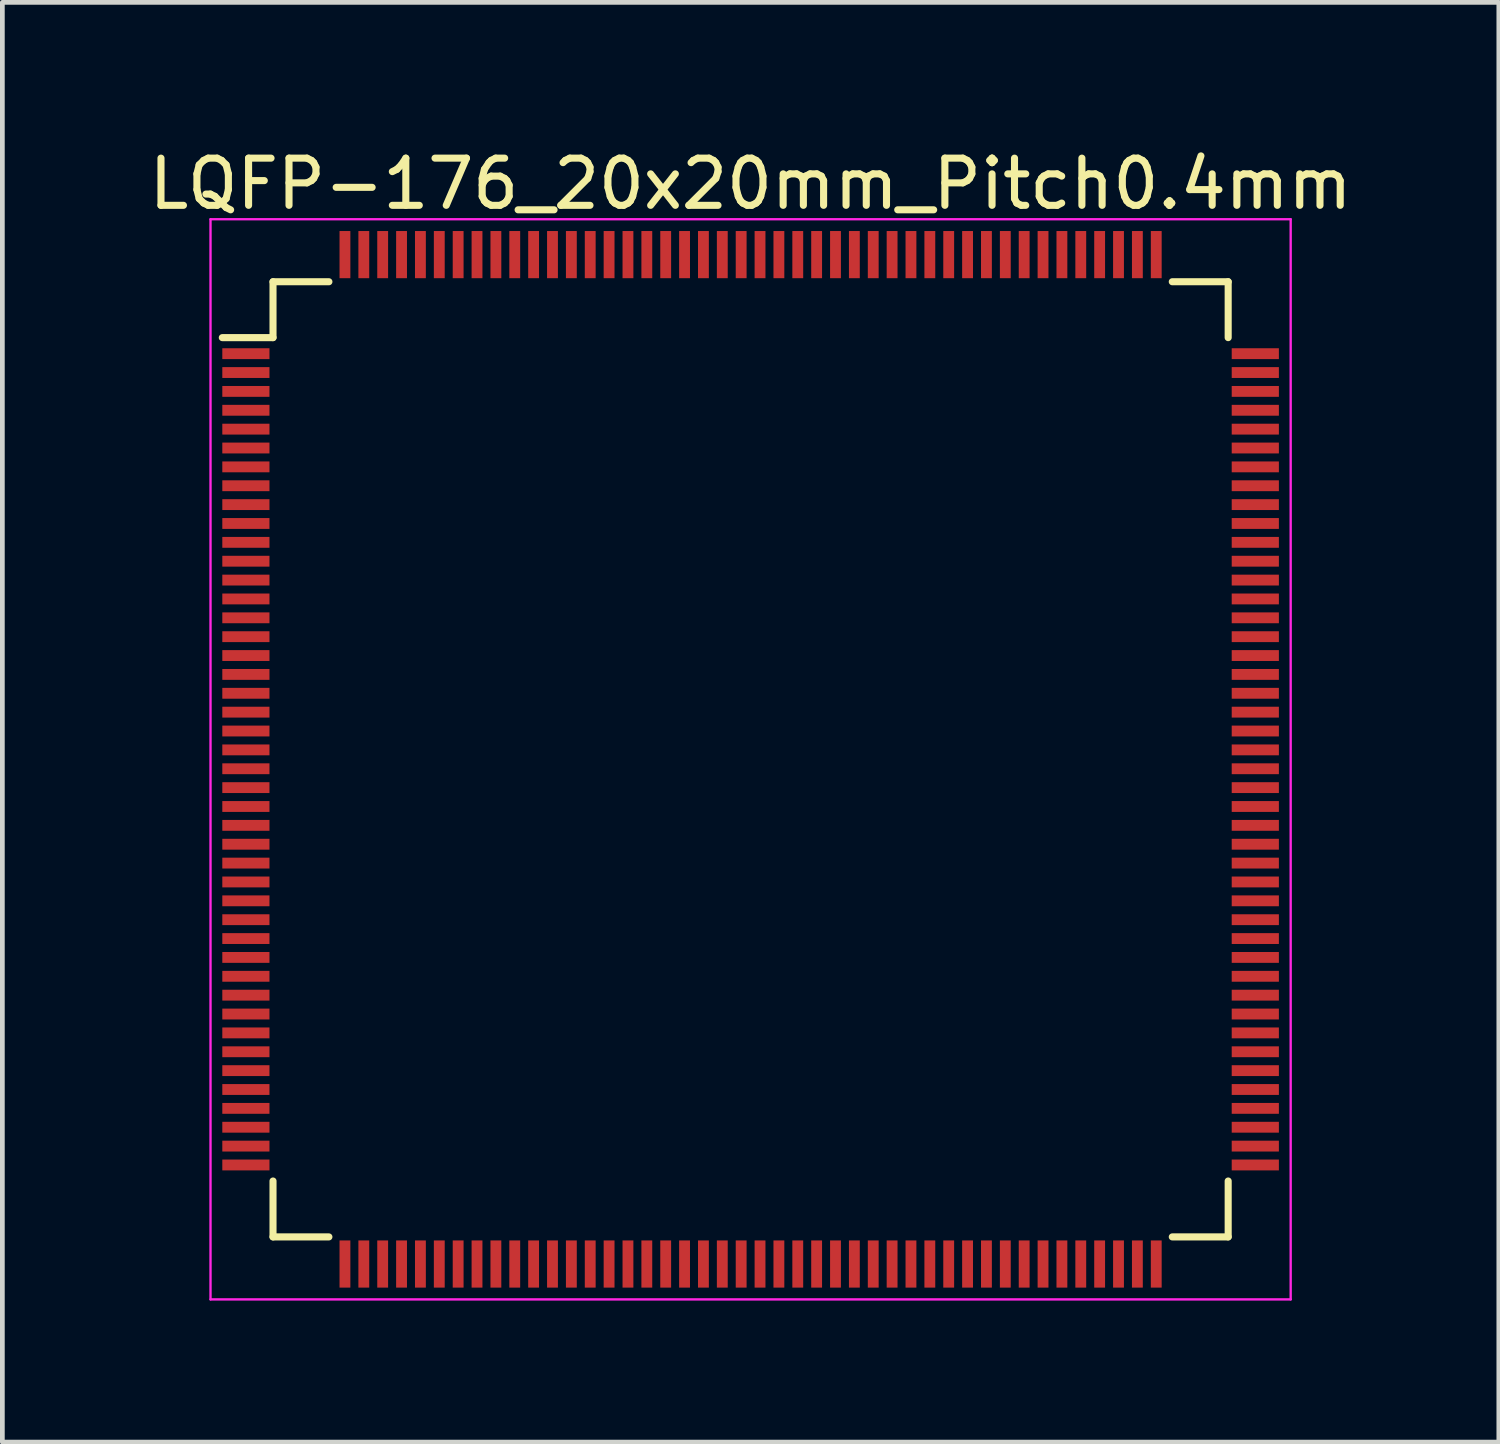
<source format=kicad_pcb>
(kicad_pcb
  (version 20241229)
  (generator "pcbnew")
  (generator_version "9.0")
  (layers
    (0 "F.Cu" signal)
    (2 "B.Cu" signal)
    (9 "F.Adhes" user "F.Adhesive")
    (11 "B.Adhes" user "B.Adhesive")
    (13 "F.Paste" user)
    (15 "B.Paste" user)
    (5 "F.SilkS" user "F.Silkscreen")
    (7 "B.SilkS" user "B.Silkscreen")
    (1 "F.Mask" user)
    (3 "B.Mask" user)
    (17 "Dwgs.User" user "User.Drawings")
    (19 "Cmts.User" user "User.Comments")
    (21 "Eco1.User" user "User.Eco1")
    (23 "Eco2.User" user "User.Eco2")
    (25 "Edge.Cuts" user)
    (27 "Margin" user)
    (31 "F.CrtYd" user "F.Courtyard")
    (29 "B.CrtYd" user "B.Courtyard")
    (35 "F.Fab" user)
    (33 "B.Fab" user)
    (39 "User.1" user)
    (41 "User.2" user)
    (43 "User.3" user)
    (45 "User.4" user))
  (footprint "LQFP-176_20x20mm_Pitch0.4mm"
    (layer "F.Cu")
    (at 12.863 13.048)
    (property "Reference" "LQFP-176_20x20mm_Pitch0.4mm" (at 0 -12.2 0) (layer "F.SilkS") (effects (font (size 1 1) (thickness 0.15))))
    (attr smd)
    (fp_line (start -10.125 -10.125) (end -10.125 -8.94) (stroke (width 0.15) (type solid)) (layer "F.SilkS"))
    (fp_line (start -10.125 -10.125) (end -8.94 -10.125) (stroke (width 0.15) (type solid)) (layer "F.SilkS"))
    (fp_line (start -10.125 -8.94) (end -11.2 -8.94) (stroke (width 0.15) (type solid)) (layer "F.SilkS"))
    (fp_line (start -10.125 10.125) (end -10.125 8.94) (stroke (width 0.15) (type solid)) (layer "F.SilkS"))
    (fp_line (start -10.125 10.125) (end -8.94 10.125) (stroke (width 0.15) (type solid)) (layer "F.SilkS"))
    (fp_line (start 10.125 -10.125) (end 8.94 -10.125) (stroke (width 0.15) (type solid)) (layer "F.SilkS"))
    (fp_line (start 10.125 -10.125) (end 10.125 -8.94) (stroke (width 0.15) (type solid)) (layer "F.SilkS"))
    (fp_line (start 10.125 10.125) (end 8.94 10.125) (stroke (width 0.15) (type solid)) (layer "F.SilkS"))
    (fp_line (start 10.125 10.125) (end 10.125 8.94) (stroke (width 0.15) (type solid)) (layer "F.SilkS"))
    (fp_line (start -11.45 -11.45) (end -11.45 11.45) (stroke (width 0.05) (type solid)) (layer "F.CrtYd"))
    (fp_line (start -11.45 -11.45) (end 11.45 -11.45) (stroke (width 0.05) (type solid)) (layer "F.CrtYd"))
    (fp_line (start -11.45 11.45) (end 11.45 11.45) (stroke (width 0.05) (type solid)) (layer "F.CrtYd"))
    (fp_line (start 11.45 -11.45) (end 11.45 11.45) (stroke (width 0.05) (type solid)) (layer "F.CrtYd"))
    (pad "1" smd rect (at -10.7 -8.6) (size 1 0.23) (layers "F.Cu" "F.Mask" "F.Paste"))
    (pad "2" smd rect (at -10.7 -8.2) (size 1 0.23) (layers "F.Cu" "F.Mask" "F.Paste"))
    (pad "3" smd rect (at -10.7 -7.8) (size 1 0.23) (layers "F.Cu" "F.Mask" "F.Paste"))
    (pad "4" smd rect (at -10.7 -7.4) (size 1 0.23) (layers "F.Cu" "F.Mask" "F.Paste"))
    (pad "5" smd rect (at -10.7 -7) (size 1 0.23) (layers "F.Cu" "F.Mask" "F.Paste"))
    (pad "6" smd rect (at -10.7 -6.6) (size 1 0.23) (layers "F.Cu" "F.Mask" "F.Paste"))
    (pad "7" smd rect (at -10.7 -6.2) (size 1 0.23) (layers "F.Cu" "F.Mask" "F.Paste"))
    (pad "8" smd rect (at -10.7 -5.8) (size 1 0.23) (layers "F.Cu" "F.Mask" "F.Paste"))
    (pad "9" smd rect (at -10.7 -5.4) (size 1 0.23) (layers "F.Cu" "F.Mask" "F.Paste"))
    (pad "10" smd rect (at -10.7 -5) (size 1 0.23) (layers "F.Cu" "F.Mask" "F.Paste"))
    (pad "11" smd rect (at -10.7 -4.6) (size 1 0.23) (layers "F.Cu" "F.Mask" "F.Paste"))
    (pad "12" smd rect (at -10.7 -4.2) (size 1 0.23) (layers "F.Cu" "F.Mask" "F.Paste"))
    (pad "13" smd rect (at -10.7 -3.8) (size 1 0.23) (layers "F.Cu" "F.Mask" "F.Paste"))
    (pad "14" smd rect (at -10.7 -3.4) (size 1 0.23) (layers "F.Cu" "F.Mask" "F.Paste"))
    (pad "15" smd rect (at -10.7 -3) (size 1 0.23) (layers "F.Cu" "F.Mask" "F.Paste"))
    (pad "16" smd rect (at -10.7 -2.6) (size 1 0.23) (layers "F.Cu" "F.Mask" "F.Paste"))
    (pad "17" smd rect (at -10.7 -2.2) (size 1 0.23) (layers "F.Cu" "F.Mask" "F.Paste"))
    (pad "18" smd rect (at -10.7 -1.8) (size 1 0.23) (layers "F.Cu" "F.Mask" "F.Paste"))
    (pad "19" smd rect (at -10.7 -1.4) (size 1 0.23) (layers "F.Cu" "F.Mask" "F.Paste"))
    (pad "20" smd rect (at -10.7 -1) (size 1 0.23) (layers "F.Cu" "F.Mask" "F.Paste"))
    (pad "21" smd rect (at -10.7 -0.6) (size 1 0.23) (layers "F.Cu" "F.Mask" "F.Paste"))
    (pad "22" smd rect (at -10.7 -0.2) (size 1 0.23) (layers "F.Cu" "F.Mask" "F.Paste"))
    (pad "23" smd rect (at -10.7 0.2) (size 1 0.23) (layers "F.Cu" "F.Mask" "F.Paste"))
    (pad "24" smd rect (at -10.7 0.6) (size 1 0.23) (layers "F.Cu" "F.Mask" "F.Paste"))
    (pad "25" smd rect (at -10.7 1) (size 1 0.23) (layers "F.Cu" "F.Mask" "F.Paste"))
    (pad "26" smd rect (at -10.7 1.4) (size 1 0.23) (layers "F.Cu" "F.Mask" "F.Paste"))
    (pad "27" smd rect (at -10.7 1.8) (size 1 0.23) (layers "F.Cu" "F.Mask" "F.Paste"))
    (pad "28" smd rect (at -10.7 2.2) (size 1 0.23) (layers "F.Cu" "F.Mask" "F.Paste"))
    (pad "29" smd rect (at -10.7 2.6) (size 1 0.23) (layers "F.Cu" "F.Mask" "F.Paste"))
    (pad "30" smd rect (at -10.7 3) (size 1 0.23) (layers "F.Cu" "F.Mask" "F.Paste"))
    (pad "31" smd rect (at -10.7 3.4) (size 1 0.23) (layers "F.Cu" "F.Mask" "F.Paste"))
    (pad "32" smd rect (at -10.7 3.8) (size 1 0.23) (layers "F.Cu" "F.Mask" "F.Paste"))
    (pad "33" smd rect (at -10.7 4.2) (size 1 0.23) (layers "F.Cu" "F.Mask" "F.Paste"))
    (pad "34" smd rect (at -10.7 4.6) (size 1 0.23) (layers "F.Cu" "F.Mask" "F.Paste"))
    (pad "35" smd rect (at -10.7 5) (size 1 0.23) (layers "F.Cu" "F.Mask" "F.Paste"))
    (pad "36" smd rect (at -10.7 5.4) (size 1 0.23) (layers "F.Cu" "F.Mask" "F.Paste"))
    (pad "37" smd rect (at -10.7 5.8) (size 1 0.23) (layers "F.Cu" "F.Mask" "F.Paste"))
    (pad "38" smd rect (at -10.7 6.2) (size 1 0.23) (layers "F.Cu" "F.Mask" "F.Paste"))
    (pad "39" smd rect (at -10.7 6.6) (size 1 0.23) (layers "F.Cu" "F.Mask" "F.Paste"))
    (pad "40" smd rect (at -10.7 7) (size 1 0.23) (layers "F.Cu" "F.Mask" "F.Paste"))
    (pad "41" smd rect (at -10.7 7.4) (size 1 0.23) (layers "F.Cu" "F.Mask" "F.Paste"))
    (pad "42" smd rect (at -10.7 7.8) (size 1 0.23) (layers "F.Cu" "F.Mask" "F.Paste"))
    (pad "43" smd rect (at -10.7 8.2) (size 1 0.23) (layers "F.Cu" "F.Mask" "F.Paste"))
    (pad "44" smd rect (at -10.7 8.6) (size 1 0.23) (layers "F.Cu" "F.Mask" "F.Paste"))
    (pad "45" smd rect (at -8.6 10.7 90) (size 1 0.23) (layers "F.Cu" "F.Mask" "F.Paste"))
    (pad "46" smd rect (at -8.2 10.7 90) (size 1 0.23) (layers "F.Cu" "F.Mask" "F.Paste"))
    (pad "47" smd rect (at -7.8 10.7 90) (size 1 0.23) (layers "F.Cu" "F.Mask" "F.Paste"))
    (pad "48" smd rect (at -7.4 10.7 90) (size 1 0.23) (layers "F.Cu" "F.Mask" "F.Paste"))
    (pad "49" smd rect (at -7 10.7 90) (size 1 0.23) (layers "F.Cu" "F.Mask" "F.Paste"))
    (pad "50" smd rect (at -6.6 10.7 90) (size 1 0.23) (layers "F.Cu" "F.Mask" "F.Paste"))
    (pad "51" smd rect (at -6.2 10.7 90) (size 1 0.23) (layers "F.Cu" "F.Mask" "F.Paste"))
    (pad "52" smd rect (at -5.8 10.7 90) (size 1 0.23) (layers "F.Cu" "F.Mask" "F.Paste"))
    (pad "53" smd rect (at -5.4 10.7 90) (size 1 0.23) (layers "F.Cu" "F.Mask" "F.Paste"))
    (pad "54" smd rect (at -5 10.7 90) (size 1 0.23) (layers "F.Cu" "F.Mask" "F.Paste"))
    (pad "55" smd rect (at -4.6 10.7 90) (size 1 0.23) (layers "F.Cu" "F.Mask" "F.Paste"))
    (pad "56" smd rect (at -4.2 10.7 90) (size 1 0.23) (layers "F.Cu" "F.Mask" "F.Paste"))
    (pad "57" smd rect (at -3.8 10.7 90) (size 1 0.23) (layers "F.Cu" "F.Mask" "F.Paste"))
    (pad "58" smd rect (at -3.4 10.7 90) (size 1 0.23) (layers "F.Cu" "F.Mask" "F.Paste"))
    (pad "59" smd rect (at -3 10.7 90) (size 1 0.23) (layers "F.Cu" "F.Mask" "F.Paste"))
    (pad "60" smd rect (at -2.6 10.7 90) (size 1 0.23) (layers "F.Cu" "F.Mask" "F.Paste"))
    (pad "61" smd rect (at -2.2 10.7 90) (size 1 0.23) (layers "F.Cu" "F.Mask" "F.Paste"))
    (pad "62" smd rect (at -1.8 10.7 90) (size 1 0.23) (layers "F.Cu" "F.Mask" "F.Paste"))
    (pad "63" smd rect (at -1.4 10.7 90) (size 1 0.23) (layers "F.Cu" "F.Mask" "F.Paste"))
    (pad "64" smd rect (at -1 10.7 90) (size 1 0.23) (layers "F.Cu" "F.Mask" "F.Paste"))
    (pad "65" smd rect (at -0.6 10.7 90) (size 1 0.23) (layers "F.Cu" "F.Mask" "F.Paste"))
    (pad "66" smd rect (at -0.2 10.7 90) (size 1 0.23) (layers "F.Cu" "F.Mask" "F.Paste"))
    (pad "67" smd rect (at 0.2 10.7 90) (size 1 0.23) (layers "F.Cu" "F.Mask" "F.Paste"))
    (pad "68" smd rect (at 0.6 10.7 90) (size 1 0.23) (layers "F.Cu" "F.Mask" "F.Paste"))
    (pad "69" smd rect (at 1 10.7 90) (size 1 0.23) (layers "F.Cu" "F.Mask" "F.Paste"))
    (pad "70" smd rect (at 1.4 10.7 90) (size 1 0.23) (layers "F.Cu" "F.Mask" "F.Paste"))
    (pad "71" smd rect (at 1.8 10.7 90) (size 1 0.23) (layers "F.Cu" "F.Mask" "F.Paste"))
    (pad "72" smd rect (at 2.2 10.7 90) (size 1 0.23) (layers "F.Cu" "F.Mask" "F.Paste"))
    (pad "73" smd rect (at 2.6 10.7 90) (size 1 0.23) (layers "F.Cu" "F.Mask" "F.Paste"))
    (pad "74" smd rect (at 3 10.7 90) (size 1 0.23) (layers "F.Cu" "F.Mask" "F.Paste"))
    (pad "75" smd rect (at 3.4 10.7 90) (size 1 0.23) (layers "F.Cu" "F.Mask" "F.Paste"))
    (pad "76" smd rect (at 3.8 10.7 90) (size 1 0.23) (layers "F.Cu" "F.Mask" "F.Paste"))
    (pad "77" smd rect (at 4.2 10.7 90) (size 1 0.23) (layers "F.Cu" "F.Mask" "F.Paste"))
    (pad "78" smd rect (at 4.6 10.7 90) (size 1 0.23) (layers "F.Cu" "F.Mask" "F.Paste"))
    (pad "79" smd rect (at 5 10.7 90) (size 1 0.23) (layers "F.Cu" "F.Mask" "F.Paste"))
    (pad "80" smd rect (at 5.4 10.7 90) (size 1 0.23) (layers "F.Cu" "F.Mask" "F.Paste"))
    (pad "81" smd rect (at 5.8 10.7 90) (size 1 0.23) (layers "F.Cu" "F.Mask" "F.Paste"))
    (pad "82" smd rect (at 6.2 10.7 90) (size 1 0.23) (layers "F.Cu" "F.Mask" "F.Paste"))
    (pad "83" smd rect (at 6.6 10.7 90) (size 1 0.23) (layers "F.Cu" "F.Mask" "F.Paste"))
    (pad "84" smd rect (at 7 10.7 90) (size 1 0.23) (layers "F.Cu" "F.Mask" "F.Paste"))
    (pad "85" smd rect (at 7.4 10.7 90) (size 1 0.23) (layers "F.Cu" "F.Mask" "F.Paste"))
    (pad "86" smd rect (at 7.8 10.7 90) (size 1 0.23) (layers "F.Cu" "F.Mask" "F.Paste"))
    (pad "87" smd rect (at 8.2 10.7 90) (size 1 0.23) (layers "F.Cu" "F.Mask" "F.Paste"))
    (pad "88" smd rect (at 8.6 10.7 90) (size 1 0.23) (layers "F.Cu" "F.Mask" "F.Paste"))
    (pad "89" smd rect (at 10.7 8.6) (size 1 0.23) (layers "F.Cu" "F.Mask" "F.Paste"))
    (pad "90" smd rect (at 10.7 8.2) (size 1 0.23) (layers "F.Cu" "F.Mask" "F.Paste"))
    (pad "91" smd rect (at 10.7 7.8) (size 1 0.23) (layers "F.Cu" "F.Mask" "F.Paste"))
    (pad "92" smd rect (at 10.7 7.4) (size 1 0.23) (layers "F.Cu" "F.Mask" "F.Paste"))
    (pad "93" smd rect (at 10.7 7) (size 1 0.23) (layers "F.Cu" "F.Mask" "F.Paste"))
    (pad "94" smd rect (at 10.7 6.6) (size 1 0.23) (layers "F.Cu" "F.Mask" "F.Paste"))
    (pad "95" smd rect (at 10.7 6.2) (size 1 0.23) (layers "F.Cu" "F.Mask" "F.Paste"))
    (pad "96" smd rect (at 10.7 5.8) (size 1 0.23) (layers "F.Cu" "F.Mask" "F.Paste"))
    (pad "97" smd rect (at 10.7 5.4) (size 1 0.23) (layers "F.Cu" "F.Mask" "F.Paste"))
    (pad "98" smd rect (at 10.7 5) (size 1 0.23) (layers "F.Cu" "F.Mask" "F.Paste"))
    (pad "99" smd rect (at 10.7 4.6) (size 1 0.23) (layers "F.Cu" "F.Mask" "F.Paste"))
    (pad "100" smd rect (at 10.7 4.2) (size 1 0.23) (layers "F.Cu" "F.Mask" "F.Paste"))
    (pad "101" smd rect (at 10.7 3.8) (size 1 0.23) (layers "F.Cu" "F.Mask" "F.Paste"))
    (pad "102" smd rect (at 10.7 3.4) (size 1 0.23) (layers "F.Cu" "F.Mask" "F.Paste"))
    (pad "103" smd rect (at 10.7 3) (size 1 0.23) (layers "F.Cu" "F.Mask" "F.Paste"))
    (pad "104" smd rect (at 10.7 2.6) (size 1 0.23) (layers "F.Cu" "F.Mask" "F.Paste"))
    (pad "105" smd rect (at 10.7 2.2) (size 1 0.23) (layers "F.Cu" "F.Mask" "F.Paste"))
    (pad "106" smd rect (at 10.7 1.8) (size 1 0.23) (layers "F.Cu" "F.Mask" "F.Paste"))
    (pad "107" smd rect (at 10.7 1.4) (size 1 0.23) (layers "F.Cu" "F.Mask" "F.Paste"))
    (pad "108" smd rect (at 10.7 1) (size 1 0.23) (layers "F.Cu" "F.Mask" "F.Paste"))
    (pad "109" smd rect (at 10.7 0.6) (size 1 0.23) (layers "F.Cu" "F.Mask" "F.Paste"))
    (pad "110" smd rect (at 10.7 0.2) (size 1 0.23) (layers "F.Cu" "F.Mask" "F.Paste"))
    (pad "111" smd rect (at 10.7 -0.2) (size 1 0.23) (layers "F.Cu" "F.Mask" "F.Paste"))
    (pad "112" smd rect (at 10.7 -0.6) (size 1 0.23) (layers "F.Cu" "F.Mask" "F.Paste"))
    (pad "113" smd rect (at 10.7 -1) (size 1 0.23) (layers "F.Cu" "F.Mask" "F.Paste"))
    (pad "114" smd rect (at 10.7 -1.4) (size 1 0.23) (layers "F.Cu" "F.Mask" "F.Paste"))
    (pad "115" smd rect (at 10.7 -1.8) (size 1 0.23) (layers "F.Cu" "F.Mask" "F.Paste"))
    (pad "116" smd rect (at 10.7 -2.2) (size 1 0.23) (layers "F.Cu" "F.Mask" "F.Paste"))
    (pad "117" smd rect (at 10.7 -2.6) (size 1 0.23) (layers "F.Cu" "F.Mask" "F.Paste"))
    (pad "118" smd rect (at 10.7 -3) (size 1 0.23) (layers "F.Cu" "F.Mask" "F.Paste"))
    (pad "119" smd rect (at 10.7 -3.4) (size 1 0.23) (layers "F.Cu" "F.Mask" "F.Paste"))
    (pad "120" smd rect (at 10.7 -3.8) (size 1 0.23) (layers "F.Cu" "F.Mask" "F.Paste"))
    (pad "121" smd rect (at 10.7 -4.2) (size 1 0.23) (layers "F.Cu" "F.Mask" "F.Paste"))
    (pad "122" smd rect (at 10.7 -4.6) (size 1 0.23) (layers "F.Cu" "F.Mask" "F.Paste"))
    (pad "123" smd rect (at 10.7 -5) (size 1 0.23) (layers "F.Cu" "F.Mask" "F.Paste"))
    (pad "124" smd rect (at 10.7 -5.4) (size 1 0.23) (layers "F.Cu" "F.Mask" "F.Paste"))
    (pad "125" smd rect (at 10.7 -5.8) (size 1 0.23) (layers "F.Cu" "F.Mask" "F.Paste"))
    (pad "126" smd rect (at 10.7 -6.2) (size 1 0.23) (layers "F.Cu" "F.Mask" "F.Paste"))
    (pad "127" smd rect (at 10.7 -6.6) (size 1 0.23) (layers "F.Cu" "F.Mask" "F.Paste"))
    (pad "128" smd rect (at 10.7 -7) (size 1 0.23) (layers "F.Cu" "F.Mask" "F.Paste"))
    (pad "129" smd rect (at 10.7 -7.4) (size 1 0.23) (layers "F.Cu" "F.Mask" "F.Paste"))
    (pad "130" smd rect (at 10.7 -7.8) (size 1 0.23) (layers "F.Cu" "F.Mask" "F.Paste"))
    (pad "131" smd rect (at 10.7 -8.2) (size 1 0.23) (layers "F.Cu" "F.Mask" "F.Paste"))
    (pad "132" smd rect (at 10.7 -8.6) (size 1 0.23) (layers "F.Cu" "F.Mask" "F.Paste"))
    (pad "133" smd rect (at 8.6 -10.7 90) (size 1 0.23) (layers "F.Cu" "F.Mask" "F.Paste"))
    (pad "134" smd rect (at 8.2 -10.7 90) (size 1 0.23) (layers "F.Cu" "F.Mask" "F.Paste"))
    (pad "135" smd rect (at 7.8 -10.7 90) (size 1 0.23) (layers "F.Cu" "F.Mask" "F.Paste"))
    (pad "136" smd rect (at 7.4 -10.7 90) (size 1 0.23) (layers "F.Cu" "F.Mask" "F.Paste"))
    (pad "137" smd rect (at 7 -10.7 90) (size 1 0.23) (layers "F.Cu" "F.Mask" "F.Paste"))
    (pad "138" smd rect (at 6.6 -10.7 90) (size 1 0.23) (layers "F.Cu" "F.Mask" "F.Paste"))
    (pad "139" smd rect (at 6.2 -10.7 90) (size 1 0.23) (layers "F.Cu" "F.Mask" "F.Paste"))
    (pad "140" smd rect (at 5.8 -10.7 90) (size 1 0.23) (layers "F.Cu" "F.Mask" "F.Paste"))
    (pad "141" smd rect (at 5.4 -10.7 90) (size 1 0.23) (layers "F.Cu" "F.Mask" "F.Paste"))
    (pad "142" smd rect (at 5 -10.7 90) (size 1 0.23) (layers "F.Cu" "F.Mask" "F.Paste"))
    (pad "143" smd rect (at 4.6 -10.7 90) (size 1 0.23) (layers "F.Cu" "F.Mask" "F.Paste"))
    (pad "144" smd rect (at 4.2 -10.7 90) (size 1 0.23) (layers "F.Cu" "F.Mask" "F.Paste"))
    (pad "145" smd rect (at 3.8 -10.7 90) (size 1 0.23) (layers "F.Cu" "F.Mask" "F.Paste"))
    (pad "146" smd rect (at 3.4 -10.7 90) (size 1 0.23) (layers "F.Cu" "F.Mask" "F.Paste"))
    (pad "147" smd rect (at 3 -10.7 90) (size 1 0.23) (layers "F.Cu" "F.Mask" "F.Paste"))
    (pad "148" smd rect (at 2.6 -10.7 90) (size 1 0.23) (layers "F.Cu" "F.Mask" "F.Paste"))
    (pad "149" smd rect (at 2.2 -10.7 90) (size 1 0.23) (layers "F.Cu" "F.Mask" "F.Paste"))
    (pad "150" smd rect (at 1.8 -10.7 90) (size 1 0.23) (layers "F.Cu" "F.Mask" "F.Paste"))
    (pad "151" smd rect (at 1.4 -10.7 90) (size 1 0.23) (layers "F.Cu" "F.Mask" "F.Paste"))
    (pad "152" smd rect (at 1 -10.7 90) (size 1 0.23) (layers "F.Cu" "F.Mask" "F.Paste"))
    (pad "153" smd rect (at 0.6 -10.7 90) (size 1 0.23) (layers "F.Cu" "F.Mask" "F.Paste"))
    (pad "154" smd rect (at 0.2 -10.7 90) (size 1 0.23) (layers "F.Cu" "F.Mask" "F.Paste"))
    (pad "155" smd rect (at -0.2 -10.7 90) (size 1 0.23) (layers "F.Cu" "F.Mask" "F.Paste"))
    (pad "156" smd rect (at -0.6 -10.7 90) (size 1 0.23) (layers "F.Cu" "F.Mask" "F.Paste"))
    (pad "157" smd rect (at -1 -10.7 90) (size 1 0.23) (layers "F.Cu" "F.Mask" "F.Paste"))
    (pad "158" smd rect (at -1.4 -10.7 90) (size 1 0.23) (layers "F.Cu" "F.Mask" "F.Paste"))
    (pad "159" smd rect (at -1.8 -10.7 90) (size 1 0.23) (layers "F.Cu" "F.Mask" "F.Paste"))
    (pad "160" smd rect (at -2.2 -10.7 90) (size 1 0.23) (layers "F.Cu" "F.Mask" "F.Paste"))
    (pad "161" smd rect (at -2.6 -10.7 90) (size 1 0.23) (layers "F.Cu" "F.Mask" "F.Paste"))
    (pad "162" smd rect (at -3 -10.7 90) (size 1 0.23) (layers "F.Cu" "F.Mask" "F.Paste"))
    (pad "163" smd rect (at -3.4 -10.7 90) (size 1 0.23) (layers "F.Cu" "F.Mask" "F.Paste"))
    (pad "164" smd rect (at -3.8 -10.7 90) (size 1 0.23) (layers "F.Cu" "F.Mask" "F.Paste"))
    (pad "165" smd rect (at -4.2 -10.7 90) (size 1 0.23) (layers "F.Cu" "F.Mask" "F.Paste"))
    (pad "166" smd rect (at -4.6 -10.7 90) (size 1 0.23) (layers "F.Cu" "F.Mask" "F.Paste"))
    (pad "167" smd rect (at -5 -10.7 90) (size 1 0.23) (layers "F.Cu" "F.Mask" "F.Paste"))
    (pad "168" smd rect (at -5.4 -10.7 90) (size 1 0.23) (layers "F.Cu" "F.Mask" "F.Paste"))
    (pad "169" smd rect (at -5.8 -10.7 90) (size 1 0.23) (layers "F.Cu" "F.Mask" "F.Paste"))
    (pad "170" smd rect (at -6.2 -10.7 90) (size 1 0.23) (layers "F.Cu" "F.Mask" "F.Paste"))
    (pad "171" smd rect (at -6.6 -10.7 90) (size 1 0.23) (layers "F.Cu" "F.Mask" "F.Paste"))
    (pad "172" smd rect (at -7 -10.7 90) (size 1 0.23) (layers "F.Cu" "F.Mask" "F.Paste"))
    (pad "173" smd rect (at -7.4 -10.7 90) (size 1 0.23) (layers "F.Cu" "F.Mask" "F.Paste"))
    (pad "174" smd rect (at -7.8 -10.7 90) (size 1 0.23) (layers "F.Cu" "F.Mask" "F.Paste"))
    (pad "175" smd rect (at -8.2 -10.7 90) (size 1 0.23) (layers "F.Cu" "F.Mask" "F.Paste"))
    (pad "176" smd rect (at -8.6 -10.7 90) (size 1 0.23) (layers "F.Cu" "F.Mask" "F.Paste")))
  (gr_rect
    (start -3 -3)
    (end 28.726 27.523)
    (stroke (width 0.1) (type default))
    (fill no)
    (layer "Edge.Cuts")))
</source>
